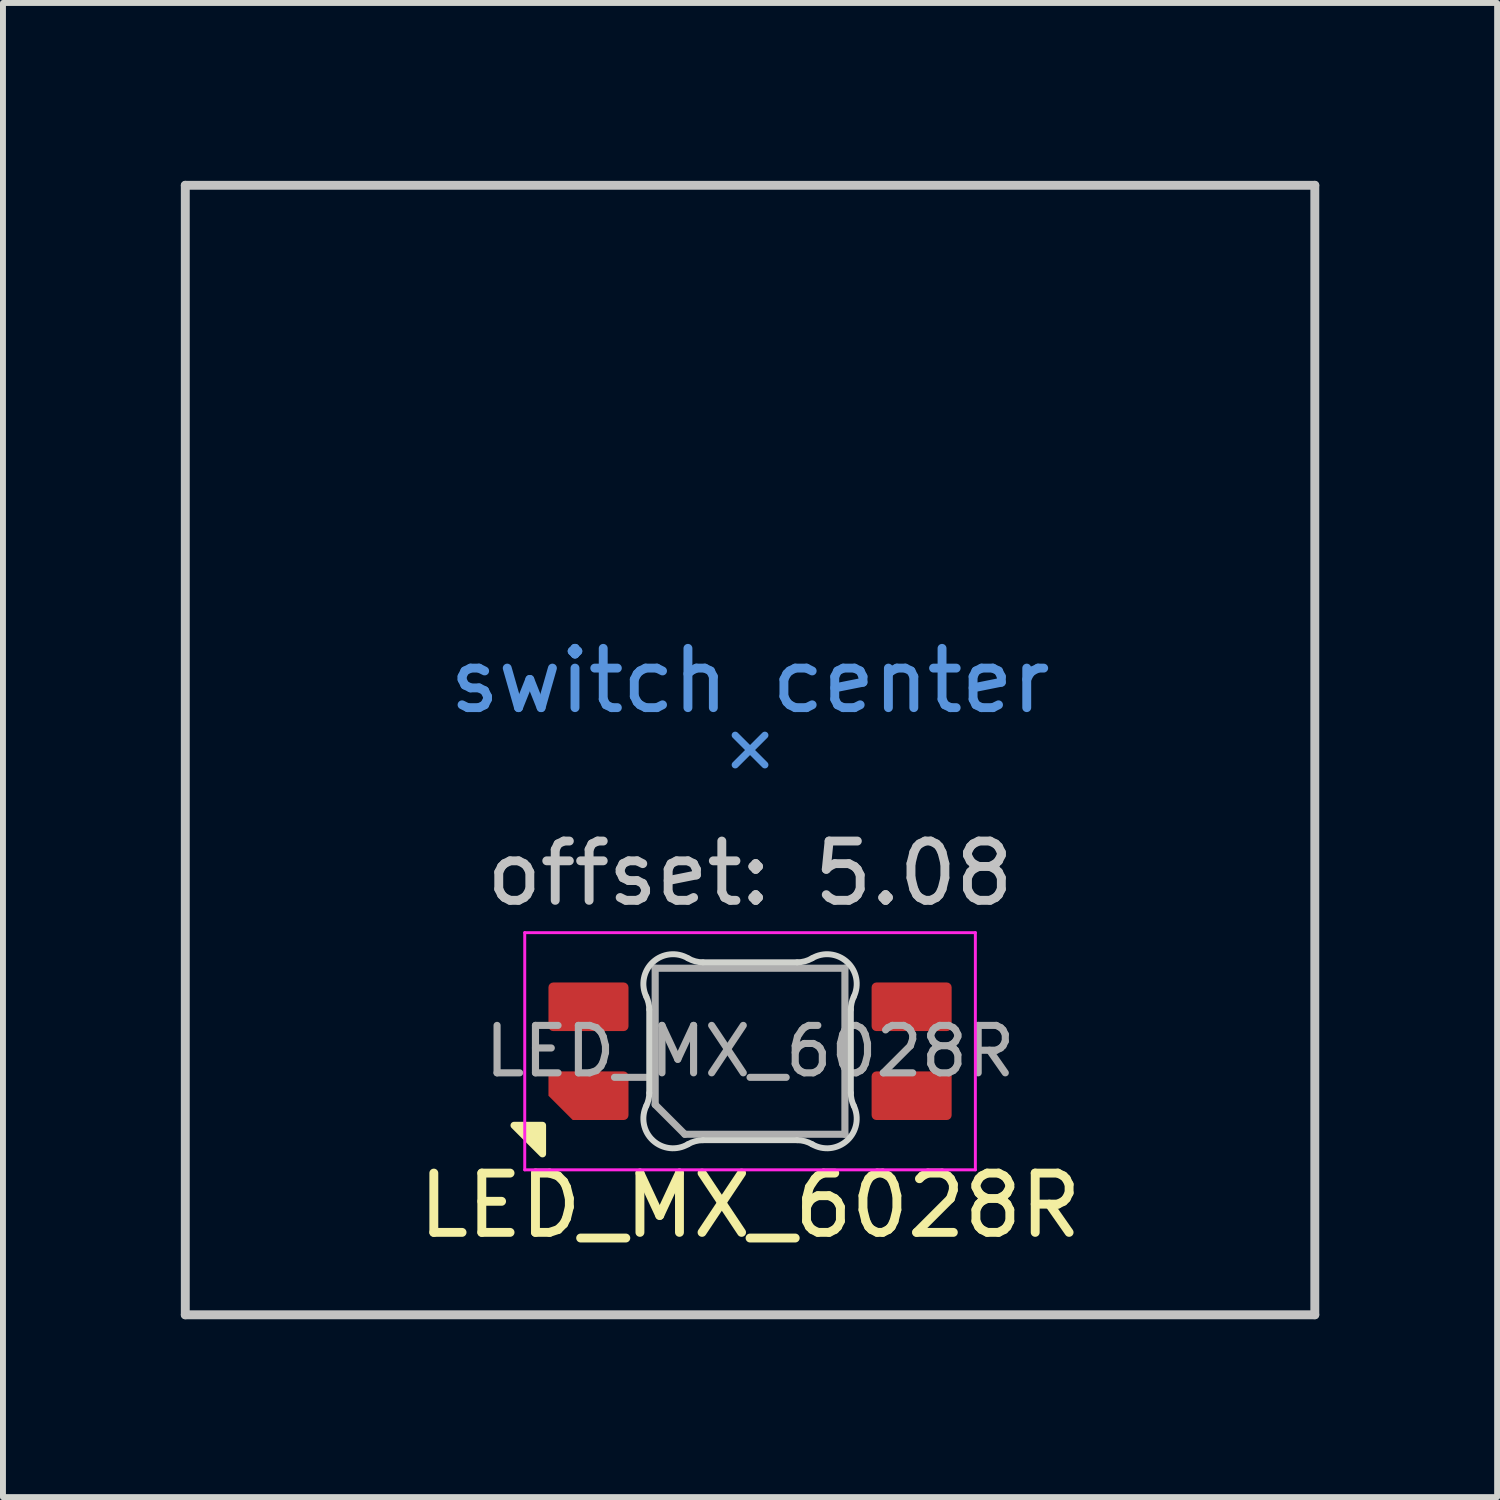
<source format=kicad_pcb>
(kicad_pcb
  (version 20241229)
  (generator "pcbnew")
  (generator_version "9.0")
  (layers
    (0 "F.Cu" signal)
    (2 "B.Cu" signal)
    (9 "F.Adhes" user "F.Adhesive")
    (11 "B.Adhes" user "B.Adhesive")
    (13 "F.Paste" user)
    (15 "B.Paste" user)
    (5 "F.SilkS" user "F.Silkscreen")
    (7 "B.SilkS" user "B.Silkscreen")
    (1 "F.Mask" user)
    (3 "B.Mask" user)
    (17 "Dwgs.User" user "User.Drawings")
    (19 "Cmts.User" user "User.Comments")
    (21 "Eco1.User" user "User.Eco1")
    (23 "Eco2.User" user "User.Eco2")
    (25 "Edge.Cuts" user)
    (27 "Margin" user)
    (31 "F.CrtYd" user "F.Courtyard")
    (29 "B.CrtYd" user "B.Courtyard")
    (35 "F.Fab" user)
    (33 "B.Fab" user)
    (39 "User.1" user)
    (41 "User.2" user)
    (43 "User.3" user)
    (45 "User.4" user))
  (footprint "LED_MX_6028R"
    (layer "F.Cu")
    (at 9.6 9.6)
    (property "Reference" "LED_MX_6028R" (at 0 7.68 0) (layer "F.SilkS") (effects (font (size 1 1) (thickness 0.15))))
    (attr smd)
    (fp_poly (pts (xy -3.5 6.33) (xy -3.5 6.81) (xy -3.98 6.33) (xy -3.5 6.33)) (stroke (width 0.12) (type solid)) (fill yes) (layer "F.SilkS"))
    (fp_line (start -9.525 -9.525) (end -9.525 9.525) (stroke (width 0.15) (type solid)) (layer "Dwgs.User"))
    (fp_line (start -9.525 9.525) (end 9.525 9.525) (stroke (width 0.15) (type solid)) (layer "Dwgs.User"))
    (fp_line (start 9.525 -9.525) (end -9.525 -9.525) (stroke (width 0.15) (type solid)) (layer "Dwgs.User"))
    (fp_line (start 9.525 9.525) (end 9.525 -9.525) (stroke (width 0.15) (type solid)) (layer "Dwgs.User"))
    (fp_line (start -0.25 0.25) (end 0 0) (stroke (width 0.12) (type solid)) (layer "Cmts.User"))
    (fp_line (start 0 0) (end -0.25 -0.25) (stroke (width 0.12) (type solid)) (layer "Cmts.User"))
    (fp_line (start 0 0) (end 0.25 -0.25) (stroke (width 0.12) (type solid)) (layer "Cmts.User"))
    (fp_line (start 0.25 0.25) (end 0 0) (stroke (width 0.12) (type solid)) (layer "Cmts.User"))
    (fp_line (start -1.7 4.377) (end -1.7 5.783) (stroke (width 0.1) (type solid)) (layer "Edge.Cuts"))
    (fp_line (start -0.794 6.58) (end 0.794 6.58) (stroke (width 0.1) (type solid)) (layer "Edge.Cuts"))
    (fp_line (start 0.794 3.58) (end -0.794 3.58) (stroke (width 0.1) (type solid)) (layer "Edge.Cuts"))
    (fp_line (start 1.7 5.783) (end 1.7 4.377) (stroke (width 0.1) (type solid)) (layer "Edge.Cuts"))
    (fp_arc (start -1.749484 4.160279) (mid -1.712527 4.265931) (end -1.699999 4.377156) (stroke (width 0.1) (type solid)) (layer "Edge.Cuts"))
    (fp_arc (start -1.749484 4.160279) (mid -1.638071 3.575965) (end -1.046711 3.511701) (stroke (width 0.1) (type solid)) (layer "Edge.Cuts"))
    (fp_arc (start -1.699999 5.782841) (mid -1.712527 5.894067) (end -1.749484 5.999719) (stroke (width 0.1) (type solid)) (layer "Edge.Cuts"))
    (fp_arc (start -1.046711 6.648298) (mid -1.638072 6.584034) (end -1.749484 5.999718) (stroke (width 0.1) (type solid)) (layer "Edge.Cuts"))
    (fp_arc (start -1.046711 6.648298) (mid -0.925123 6.597376) (end -0.794452 6.579999) (stroke (width 0.1) (type solid)) (layer "Edge.Cuts"))
    (fp_arc (start -0.794453 3.58) (mid -0.925123 3.562623) (end -1.046711 3.511701) (stroke (width 0.1) (type solid)) (layer "Edge.Cuts"))
    (fp_arc (start 0.794452 6.579999) (mid 0.925122 6.597376) (end 1.04671 6.648298) (stroke (width 0.1) (type solid)) (layer "Edge.Cuts"))
    (fp_arc (start 1.046711 3.5117) (mid 0.925123 3.562622) (end 0.794453 3.579999) (stroke (width 0.1) (type solid)) (layer "Edge.Cuts"))
    (fp_arc (start 1.046711 3.5117) (mid 1.638071 3.575964) (end 1.749484 4.160279) (stroke (width 0.1) (type solid)) (layer "Edge.Cuts"))
    (fp_arc (start 1.699999 4.377157) (mid 1.712527 4.265931) (end 1.749484 4.160279) (stroke (width 0.1) (type solid)) (layer "Edge.Cuts"))
    (fp_arc (start 1.749484 5.999719) (mid 1.63807 6.584033) (end 1.046711 6.648296) (stroke (width 0.1) (type solid)) (layer "Edge.Cuts"))
    (fp_arc (start 1.749484 5.999719) (mid 1.712527 5.894067) (end 1.699999 5.782842) (stroke (width 0.1) (type solid)) (layer "Edge.Cuts"))
    (fp_line (start -3.8 3.08) (end 3.8 3.08) (stroke (width 0.05) (type solid)) (layer "F.CrtYd"))
    (fp_line (start -3.8 7.08) (end -3.8 3.08) (stroke (width 0.05) (type solid)) (layer "F.CrtYd"))
    (fp_line (start 3.8 3.08) (end 3.8 7.08) (stroke (width 0.05) (type solid)) (layer "F.CrtYd"))
    (fp_line (start 3.8 7.08) (end -3.8 7.08) (stroke (width 0.05) (type solid)) (layer "F.CrtYd"))
    (fp_line (start -1.6 3.68) (end 1.6 3.68) (stroke (width 0.12) (type solid)) (layer "F.Fab"))
    (fp_line (start -1.6 5.98) (end -1.6 3.68) (stroke (width 0.12) (type solid)) (layer "F.Fab"))
    (fp_line (start -1.6 5.98) (end -1.1 6.48) (stroke (width 0.12) (type solid)) (layer "F.Fab"))
    (fp_line (start 1.6 3.68) (end 1.6 6.48) (stroke (width 0.12) (type solid)) (layer "F.Fab"))
    (fp_line (start 1.6 6.48) (end -1.1 6.48) (stroke (width 0.12) (type solid)) (layer "F.Fab"))
    (fp_text user "offset: 5.08" (at 0 2.08 0) (layer "Dwgs.User") (effects (font (size 1 1) (thickness 0.15))))
    (fp_text user "switch center" (at 0 -1.17 0) (layer "Cmts.User") (effects (font (size 1 1) (thickness 0.15))))
    (fp_text user "${REFERENCE}" (at 0 5.08 0) (layer "F.Fab") (effects (font (size 0.8 0.8) (thickness 0.12))))
    (pad "1" smd roundrect (at 2.725 4.33 90) (size 0.82 1.35) (layers "F.Cu" "F.Mask" "F.Paste") (roundrect_rratio 0.1))
    (pad "2" smd roundrect (at 2.725 5.83 90) (size 0.82 1.35) (layers "F.Cu" "F.Mask" "F.Paste") (roundrect_rratio 0.1))
    (pad "3" smd roundrect (at -2.725 4.33 90) (size 0.82 1.35) (layers "F.Cu" "F.Mask" "F.Paste") (roundrect_rratio 0.1))
    (pad "4" smd roundrect (at -2.725 5.83 90) (size 0.82 1.35) (layers "F.Cu" "F.Mask" "F.Paste") (roundrect_rratio 0.1) (chamfer_ratio 0.5) (chamfer top_left)))
  (gr_rect
    (start -3 -3)
    (end 22.2 22.2)
    (stroke (width 0.1) (type default))
    (fill no)
    (layer "Edge.Cuts")))
</source>
